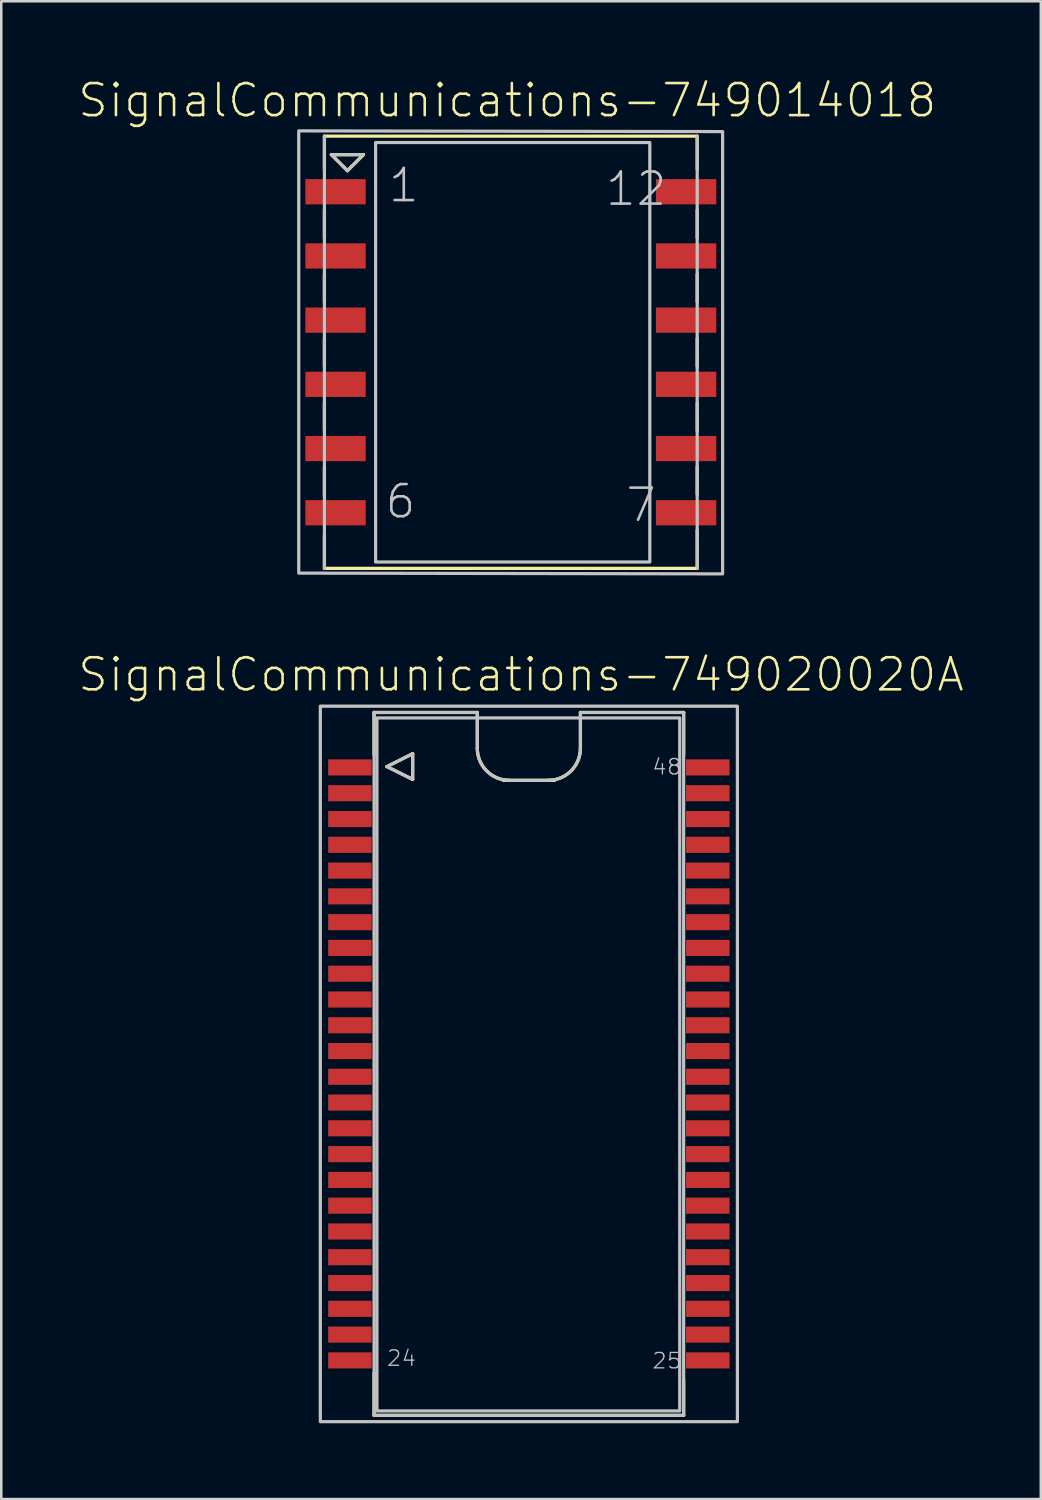
<source format=kicad_pcb>
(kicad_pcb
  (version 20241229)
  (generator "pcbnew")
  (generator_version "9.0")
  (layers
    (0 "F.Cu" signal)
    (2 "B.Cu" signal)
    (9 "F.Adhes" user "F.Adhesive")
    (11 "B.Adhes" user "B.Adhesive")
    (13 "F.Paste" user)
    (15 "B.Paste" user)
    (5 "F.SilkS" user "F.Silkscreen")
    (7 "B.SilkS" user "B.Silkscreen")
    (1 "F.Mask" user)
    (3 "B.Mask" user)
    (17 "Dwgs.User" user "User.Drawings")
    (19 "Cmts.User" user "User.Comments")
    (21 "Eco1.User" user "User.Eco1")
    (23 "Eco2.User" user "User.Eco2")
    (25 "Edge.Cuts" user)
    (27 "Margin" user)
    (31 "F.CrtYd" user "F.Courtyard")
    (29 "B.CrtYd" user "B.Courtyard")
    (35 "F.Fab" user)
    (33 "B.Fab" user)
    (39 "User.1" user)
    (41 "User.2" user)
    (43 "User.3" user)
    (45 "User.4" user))
  (footprint "SignalCommunications-749014018"
    (layer "F.Cu")
    (at 17.159 10.886)
    (property "Reference" "SignalCommunications-749014018" (at -0.14 -9.964 0) (layer "F.SilkS") (effects (font (size 1.27 1.27) (thickness 0.102))))
    (attr smd)
    (fp_line (start -7.374 -8.55) (end 7.374 -8.55) (stroke (width 0.127) (type solid)) (layer "F.SilkS"))
    (fp_line (start -7.374 -7.229) (end -7.374 -8.55) (stroke (width 0.127) (type solid)) (layer "F.SilkS"))
    (fp_line (start -7.374 -5.629) (end -7.374 -4.519) (stroke (width 0.127) (type solid)) (layer "F.SilkS"))
    (fp_line (start -7.374 -3.089) (end -7.374 -1.979) (stroke (width 0.127) (type solid)) (layer "F.SilkS"))
    (fp_line (start -7.374 -0.549) (end -7.374 0.559) (stroke (width 0.127) (type solid)) (layer "F.SilkS"))
    (fp_line (start -7.374 1.979) (end -7.374 3.089) (stroke (width 0.127) (type solid)) (layer "F.SilkS"))
    (fp_line (start -7.374 4.549) (end -7.374 5.659) (stroke (width 0.127) (type solid)) (layer "F.SilkS"))
    (fp_line (start -7.374 8.55) (end -7.374 7.239) (stroke (width 0.127) (type solid)) (layer "F.SilkS"))
    (fp_line (start -7.099 -7.818) (end -6.464 -7.183) (stroke (width 0.127) (type solid)) (layer "F.SilkS"))
    (fp_line (start -6.464 -7.183) (end -5.829 -7.818) (stroke (width 0.127) (type solid)) (layer "F.SilkS"))
    (fp_line (start -5.829 -7.818) (end -7.099 -7.818) (stroke (width 0.127) (type solid)) (layer "F.SilkS"))
    (fp_line (start 7.374 -7.239) (end 7.374 -8.55) (stroke (width 0.127) (type solid)) (layer "F.SilkS"))
    (fp_line (start 7.374 -5.629) (end 7.374 -4.519) (stroke (width 0.127) (type solid)) (layer "F.SilkS"))
    (fp_line (start 7.374 -3.099) (end 7.374 -1.989) (stroke (width 0.127) (type solid)) (layer "F.SilkS"))
    (fp_line (start 7.374 -0.549) (end 7.374 0.559) (stroke (width 0.127) (type solid)) (layer "F.SilkS"))
    (fp_line (start 7.374 1.999) (end 7.374 3.109) (stroke (width 0.127) (type solid)) (layer "F.SilkS"))
    (fp_line (start 7.374 4.519) (end 7.374 5.629) (stroke (width 0.127) (type solid)) (layer "F.SilkS"))
    (fp_line (start 7.374 8.55) (end -7.374 8.55) (stroke (width 0.127) (type solid)) (layer "F.SilkS"))
    (fp_line (start 7.374 8.55) (end 7.374 7.038) (stroke (width 0.127) (type solid)) (layer "F.SilkS"))
    (fp_line (start -7.374 8.55) (end -7.374 -8.55) (stroke (width 0.127) (type solid)) (layer "Dwgs.User"))
    (fp_line (start -7.099 -7.818) (end -6.464 -7.183) (stroke (width 0.127) (type solid)) (layer "Dwgs.User"))
    (fp_line (start -6.464 -7.183) (end -5.829 -7.818) (stroke (width 0.127) (type solid)) (layer "Dwgs.User"))
    (fp_line (start -5.829 -7.818) (end -7.099 -7.818) (stroke (width 0.127) (type solid)) (layer "Dwgs.User"))
    (fp_line (start 7.374 -8.55) (end 7.374 8.55) (stroke (width 0.127) (type solid)) (layer "Dwgs.User"))
    (fp_poly (pts (xy 8.379 -8.73) (xy 8.379 8.768) (xy -8.39 8.738) (xy -8.39 -8.758) (xy 8.379 -8.73)) (stroke (width 0.127) (type solid)) (fill no) (layer "Dwgs.User"))
    (fp_poly (pts (xy 5.499 -7.998) (xy 5.499 8.298) (xy -5.349 8.298) (xy -5.349 -8.298) (xy 5.499 -8.298) (xy 5.499 -7.899) (xy 5.499 -7.998)) (stroke (width 0.127) (type solid)) (fill no) (layer "Dwgs.User"))
    (fp_text user "7" (at 5.154 6.043 0) (layer "Dwgs.User") (effects (font (size 1.27 1.27) (thickness 0.102))))
    (fp_text user "12" (at 4.958 -6.464 0) (layer "Dwgs.User") (effects (font (size 1.27 1.27) (thickness 0.102))))
    (fp_text user "1" (at -4.234 -6.604 0) (layer "Dwgs.User") (effects (font (size 1.27 1.27) (thickness 0.102))))
    (fp_text user "6" (at -4.364 5.903 0) (layer "Dwgs.User") (effects (font (size 1.27 1.27) (thickness 0.102))))
    (pad "1" smd rect (at -6.934 -6.35) (size 2.388 0.998) (layers "F.Cu" "F.Mask" "F.Paste"))
    (pad "2" smd rect (at -6.934 -3.81) (size 2.388 0.998) (layers "F.Cu" "F.Mask" "F.Paste"))
    (pad "3" smd rect (at -6.934 -1.27) (size 2.388 0.998) (layers "F.Cu" "F.Mask" "F.Paste"))
    (pad "4" smd rect (at -6.934 1.27) (size 2.388 0.998) (layers "F.Cu" "F.Mask" "F.Paste"))
    (pad "5" smd rect (at -6.934 3.81) (size 2.388 0.998) (layers "F.Cu" "F.Mask" "F.Paste"))
    (pad "6" smd rect (at -6.934 6.35) (size 2.388 0.998) (layers "F.Cu" "F.Mask" "F.Paste"))
    (pad "7" smd rect (at 6.934 6.35) (size 2.388 0.998) (layers "F.Cu" "F.Mask" "F.Paste"))
    (pad "8" smd rect (at 6.934 3.81) (size 2.388 0.998) (layers "F.Cu" "F.Mask" "F.Paste"))
    (pad "9" smd rect (at 6.934 1.27) (size 2.388 0.998) (layers "F.Cu" "F.Mask" "F.Paste"))
    (pad "10" smd rect (at 6.934 -1.27) (size 2.388 0.998) (layers "F.Cu" "F.Mask" "F.Paste"))
    (pad "11" smd rect (at 6.934 -3.81) (size 2.388 0.998) (layers "F.Cu" "F.Mask" "F.Paste"))
    (pad "12" smd rect (at 6.934 -6.35) (size 2.388 0.998) (layers "F.Cu" "F.Mask" "F.Paste")))
  (footprint "SignalCommunications-749020020A"
    (layer "F.Cu")
    (at 17.873 39.041)
    (property "Reference" "SignalCommunications-749020020A" (at -0.31 -15.403 0) (layer "F.SilkS") (effects (font (size 1.27 1.27) (thickness 0.102))))
    (attr smd)
    (fp_line (start -6.124 -13.904) (end -6.124 -12.238) (stroke (width 0.127) (type solid)) (layer "F.SilkS"))
    (fp_line (start -6.124 -13.904) (end -2.04 -13.904) (stroke (width 0.127) (type solid)) (layer "F.SilkS"))
    (fp_line (start -6.124 13.904) (end -6.124 12.238) (stroke (width 0.127) (type solid)) (layer "F.SilkS"))
    (fp_line (start -5.616 -11.763) (end -4.597 -11.255) (stroke (width 0.127) (type solid)) (layer "F.SilkS"))
    (fp_line (start -4.597 -12.273) (end -5.616 -11.763) (stroke (width 0.127) (type solid)) (layer "F.SilkS"))
    (fp_line (start -4.597 -11.255) (end -4.597 -12.273) (stroke (width 0.127) (type solid)) (layer "F.SilkS"))
    (fp_line (start -2.04 -13.904) (end -2.04 -12.489) (stroke (width 0.127) (type solid)) (layer "F.SilkS"))
    (fp_line (start 1.019 -11.219) (end -1.019 -11.219) (stroke (width 0.127) (type solid)) (layer "F.SilkS"))
    (fp_line (start 2.04 -13.904) (end 6.124 -13.904) (stroke (width 0.127) (type solid)) (layer "F.SilkS"))
    (fp_line (start 2.04 -12.489) (end 2.04 -13.904) (stroke (width 0.127) (type solid)) (layer "F.SilkS"))
    (fp_line (start 6.124 -13.904) (end 6.124 -12.238) (stroke (width 0.127) (type solid)) (layer "F.SilkS"))
    (fp_line (start 6.124 13.904) (end -6.124 13.904) (stroke (width 0.127) (type solid)) (layer "F.SilkS"))
    (fp_line (start 6.124 13.904) (end 6.124 12.489) (stroke (width 0.127) (type solid)) (layer "F.SilkS"))
    (fp_arc (start -0.76962 -11.21918) (mid -1.667646 -11.591154) (end -2.03962 -12.48918) (stroke (width 0.127) (type solid)) (layer "F.SilkS"))
    (fp_arc (start 2.03962 -12.48918) (mid 1.667646 -11.591154) (end 0.76962 -11.21918) (stroke (width 0.127) (type solid)) (layer "F.SilkS"))
    (fp_line (start -6.124 -13.904) (end -6.124 12.207) (stroke (width 0.127) (type solid)) (layer "Dwgs.User"))
    (fp_line (start -6.124 -13.904) (end -2.04 -13.904) (stroke (width 0.127) (type solid)) (layer "Dwgs.User"))
    (fp_line (start -6.124 13.904) (end -6.124 12.238) (stroke (width 0.127) (type solid)) (layer "Dwgs.User"))
    (fp_line (start -5.616 -11.763) (end -4.597 -11.255) (stroke (width 0.127) (type solid)) (layer "Dwgs.User"))
    (fp_line (start -4.597 -12.273) (end -5.616 -11.763) (stroke (width 0.127) (type solid)) (layer "Dwgs.User"))
    (fp_line (start -4.597 -11.255) (end -4.597 -12.273) (stroke (width 0.127) (type solid)) (layer "Dwgs.User"))
    (fp_line (start -2.04 -13.904) (end -2.04 -12.489) (stroke (width 0.127) (type solid)) (layer "Dwgs.User"))
    (fp_line (start -0.77 -11.219) (end 0.77 -11.219) (stroke (width 0.127) (type solid)) (layer "Dwgs.User"))
    (fp_line (start 2.04 -13.904) (end 6.124 -13.904) (stroke (width 0.127) (type solid)) (layer "Dwgs.User"))
    (fp_line (start 2.04 -12.489) (end 2.04 -13.904) (stroke (width 0.127) (type solid)) (layer "Dwgs.User"))
    (fp_line (start 6.124 -13.904) (end 6.124 13.904) (stroke (width 0.127) (type solid)) (layer "Dwgs.User"))
    (fp_line (start 6.124 13.904) (end -6.124 13.904) (stroke (width 0.127) (type solid)) (layer "Dwgs.User"))
    (fp_arc (start -0.76962 -11.21918) (mid -1.667646 -11.591154) (end -2.03962 -12.48918) (stroke (width 0.127) (type solid)) (layer "Dwgs.User"))
    (fp_arc (start 2.03962 -12.48918) (mid 1.667646 -11.591154) (end 0.76962 -11.21918) (stroke (width 0.127) (type solid)) (layer "Dwgs.User"))
    (fp_poly (pts (xy 8.25 -14.153) (xy 8.25 14.153) (xy -8.25 14.153) (xy -8.25 -14.153) (xy 8.25 -14.153)) (stroke (width 0.127) (type solid)) (fill no) (layer "Dwgs.User"))
    (fp_poly (pts (xy 5.969 -13.708) (xy 5.969 13.729) (xy -6.01 13.729) (xy -6.01 -13.688) (xy 5.969 -13.688) (xy 5.969 -13.708)) (stroke (width 0.127) (type solid)) (fill no) (layer "Dwgs.User"))
    (fp_text user "24" (at -5.039 11.643 0) (layer "Dwgs.User") (effects (font (size 0.61 0.61) (thickness 0.051))))
    (fp_text user "48" (at 5.458 -11.753 0) (layer "Dwgs.User") (effects (font (size 0.61 0.61) (thickness 0.051))))
    (fp_text user "25" (at 5.458 11.745 0) (layer "Dwgs.User") (effects (font (size 0.61 0.61) (thickness 0.051))))
    (pad "1" smd rect (at -7.079 -11.73 270) (size 0.638 1.72) (layers "F.Cu" "F.Mask" "F.Paste"))
    (pad "2" smd rect (at -7.079 -10.709 270) (size 0.638 1.72) (layers "F.Cu" "F.Mask" "F.Paste"))
    (pad "3" smd rect (at -7.079 -9.688 270) (size 0.638 1.72) (layers "F.Cu" "F.Mask" "F.Paste"))
    (pad "4" smd rect (at -7.079 -8.669 270) (size 0.638 1.72) (layers "F.Cu" "F.Mask" "F.Paste"))
    (pad "5" smd rect (at -7.079 -7.648 270) (size 0.638 1.72) (layers "F.Cu" "F.Mask" "F.Paste"))
    (pad "6" smd rect (at -7.079 -6.629 270) (size 0.638 1.72) (layers "F.Cu" "F.Mask" "F.Paste"))
    (pad "7" smd rect (at -7.079 -5.608 270) (size 0.638 1.72) (layers "F.Cu" "F.Mask" "F.Paste"))
    (pad "8" smd rect (at -7.079 -4.59 270) (size 0.638 1.72) (layers "F.Cu" "F.Mask" "F.Paste"))
    (pad "9" smd rect (at -7.079 -3.569 270) (size 0.638 1.72) (layers "F.Cu" "F.Mask" "F.Paste"))
    (pad "10" smd rect (at -7.079 -2.548 270) (size 0.638 1.72) (layers "F.Cu" "F.Mask" "F.Paste"))
    (pad "11" smd rect (at -7.079 -1.529 270) (size 0.638 1.72) (layers "F.Cu" "F.Mask" "F.Paste"))
    (pad "12" smd rect (at -7.079 -0.508 270) (size 0.638 1.72) (layers "F.Cu" "F.Mask" "F.Paste"))
    (pad "13" smd rect (at -7.079 0.508 270) (size 0.638 1.72) (layers "F.Cu" "F.Mask" "F.Paste"))
    (pad "14" smd rect (at -7.079 1.529 270) (size 0.638 1.72) (layers "F.Cu" "F.Mask" "F.Paste"))
    (pad "15" smd rect (at -7.079 2.548 270) (size 0.638 1.72) (layers "F.Cu" "F.Mask" "F.Paste"))
    (pad "16" smd rect (at -7.079 3.569 270) (size 0.638 1.72) (layers "F.Cu" "F.Mask" "F.Paste"))
    (pad "17" smd rect (at -7.079 4.59 270) (size 0.638 1.72) (layers "F.Cu" "F.Mask" "F.Paste"))
    (pad "18" smd rect (at -7.079 5.608 270) (size 0.638 1.72) (layers "F.Cu" "F.Mask" "F.Paste"))
    (pad "19" smd rect (at -7.079 6.629 270) (size 0.638 1.72) (layers "F.Cu" "F.Mask" "F.Paste"))
    (pad "20" smd rect (at -7.079 7.648 270) (size 0.638 1.72) (layers "F.Cu" "F.Mask" "F.Paste"))
    (pad "21" smd rect (at -7.079 8.669 270) (size 0.638 1.72) (layers "F.Cu" "F.Mask" "F.Paste"))
    (pad "22" smd rect (at -7.079 9.688 270) (size 0.638 1.72) (layers "F.Cu" "F.Mask" "F.Paste"))
    (pad "23" smd rect (at -7.079 10.709 270) (size 0.638 1.72) (layers "F.Cu" "F.Mask" "F.Paste"))
    (pad "24" smd rect (at -7.079 11.73 270) (size 0.638 1.72) (layers "F.Cu" "F.Mask" "F.Paste"))
    (pad "25" smd rect (at 7.079 11.73 270) (size 0.638 1.72) (layers "F.Cu" "F.Mask" "F.Paste"))
    (pad "26" smd rect (at 7.079 10.709 270) (size 0.638 1.72) (layers "F.Cu" "F.Mask" "F.Paste"))
    (pad "27" smd rect (at 7.079 9.688 270) (size 0.638 1.72) (layers "F.Cu" "F.Mask" "F.Paste"))
    (pad "28" smd rect (at 7.079 8.669 270) (size 0.638 1.72) (layers "F.Cu" "F.Mask" "F.Paste"))
    (pad "29" smd rect (at 7.079 7.648 270) (size 0.638 1.72) (layers "F.Cu" "F.Mask" "F.Paste"))
    (pad "30" smd rect (at 7.079 6.629 270) (size 0.638 1.72) (layers "F.Cu" "F.Mask" "F.Paste"))
    (pad "31" smd rect (at 7.079 5.608 270) (size 0.638 1.72) (layers "F.Cu" "F.Mask" "F.Paste"))
    (pad "32" smd rect (at 7.079 4.59 270) (size 0.638 1.72) (layers "F.Cu" "F.Mask" "F.Paste"))
    (pad "33" smd rect (at 7.079 3.569 270) (size 0.638 1.72) (layers "F.Cu" "F.Mask" "F.Paste"))
    (pad "34" smd rect (at 7.079 2.548 270) (size 0.638 1.72) (layers "F.Cu" "F.Mask" "F.Paste"))
    (pad "35" smd rect (at 7.079 1.529 270) (size 0.638 1.72) (layers "F.Cu" "F.Mask" "F.Paste"))
    (pad "36" smd rect (at 7.079 0.508 270) (size 0.638 1.72) (layers "F.Cu" "F.Mask" "F.Paste"))
    (pad "37" smd rect (at 7.079 -0.508 270) (size 0.638 1.72) (layers "F.Cu" "F.Mask" "F.Paste"))
    (pad "38" smd rect (at 7.079 -1.529 270) (size 0.638 1.72) (layers "F.Cu" "F.Mask" "F.Paste"))
    (pad "39" smd rect (at 7.079 -2.548 270) (size 0.638 1.72) (layers "F.Cu" "F.Mask" "F.Paste"))
    (pad "40" smd rect (at 7.079 -3.569 270) (size 0.638 1.72) (layers "F.Cu" "F.Mask" "F.Paste"))
    (pad "41" smd rect (at 7.079 -4.59 270) (size 0.638 1.72) (layers "F.Cu" "F.Mask" "F.Paste"))
    (pad "42" smd rect (at 7.079 -5.608 270) (size 0.638 1.72) (layers "F.Cu" "F.Mask" "F.Paste"))
    (pad "43" smd rect (at 7.079 -6.629 270) (size 0.638 1.72) (layers "F.Cu" "F.Mask" "F.Paste"))
    (pad "44" smd rect (at 7.079 -7.648 270) (size 0.638 1.72) (layers "F.Cu" "F.Mask" "F.Paste"))
    (pad "45" smd rect (at 7.079 -8.669 270) (size 0.638 1.72) (layers "F.Cu" "F.Mask" "F.Paste"))
    (pad "46" smd rect (at 7.079 -9.688 270) (size 0.638 1.72) (layers "F.Cu" "F.Mask" "F.Paste"))
    (pad "47" smd rect (at 7.079 -10.709 270) (size 0.638 1.72) (layers "F.Cu" "F.Mask" "F.Paste"))
    (pad "48" smd rect (at 7.079 -11.73 270) (size 0.638 1.72) (layers "F.Cu" "F.Mask" "F.Paste")))
  (gr_rect
    (start -3 -3)
    (end 38.127 56.257)
    (stroke (width 0.1) (type default))
    (fill no)
    (layer "Edge.Cuts")))
</source>
